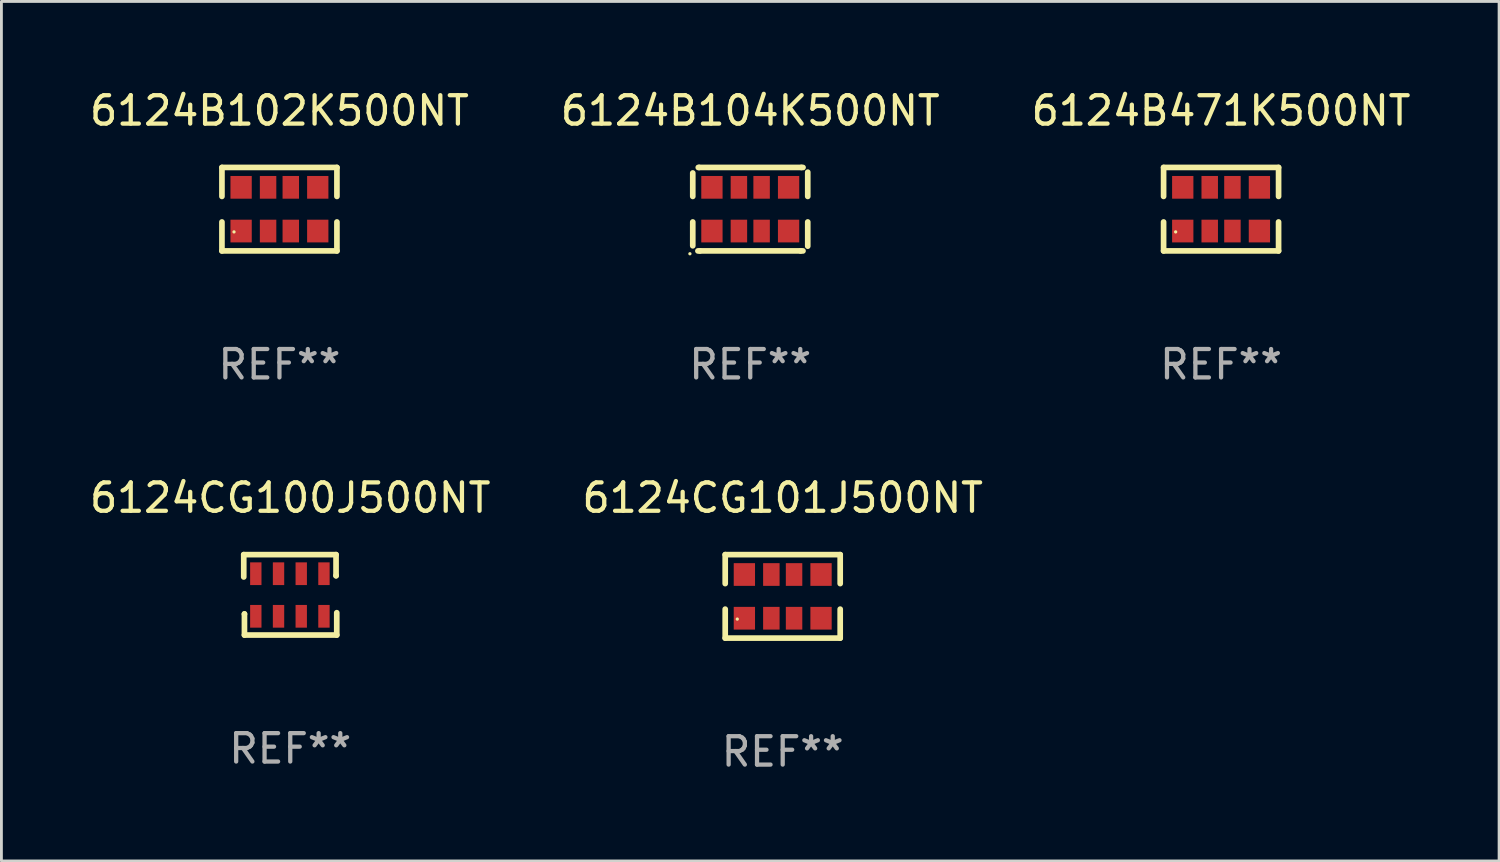
<source format=kicad_pcb>
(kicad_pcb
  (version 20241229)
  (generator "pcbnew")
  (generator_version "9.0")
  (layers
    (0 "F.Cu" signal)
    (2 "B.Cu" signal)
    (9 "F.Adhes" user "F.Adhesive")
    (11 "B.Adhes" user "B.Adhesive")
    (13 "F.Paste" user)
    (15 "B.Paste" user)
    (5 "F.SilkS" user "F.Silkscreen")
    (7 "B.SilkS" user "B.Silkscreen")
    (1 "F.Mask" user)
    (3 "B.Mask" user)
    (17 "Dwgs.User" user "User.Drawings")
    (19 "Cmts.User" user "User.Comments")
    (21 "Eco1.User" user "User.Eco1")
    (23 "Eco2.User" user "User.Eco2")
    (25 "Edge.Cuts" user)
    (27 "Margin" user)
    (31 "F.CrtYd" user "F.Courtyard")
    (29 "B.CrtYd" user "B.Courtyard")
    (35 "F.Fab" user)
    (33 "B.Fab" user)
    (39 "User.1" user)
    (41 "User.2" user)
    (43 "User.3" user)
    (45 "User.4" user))
  (footprint "6124CG101J500NT"
    (layer "F.Cu")
    (at 24.518 17.955)
    (property "Reference" "6124CG101J500NT" (at 0 -3.47 0) (layer "F.SilkS") (effects (font (size 1 1) (thickness 0.15))))
    (attr through_hole)
    (fp_line (start -2.025 -1.47) (end 2.025 -1.47) (stroke (width 0.2) (type solid)) (layer "F.SilkS"))
    (fp_line (start -2.025 -0.45) (end -2.025 -1.47) (stroke (width 0.2) (type solid)) (layer "F.SilkS"))
    (fp_line (start -2.025 0.45) (end -2.025 1.47) (stroke (width 0.2) (type solid)) (layer "F.SilkS"))
    (fp_line (start -2.025 1.47) (end 2.025 1.47) (stroke (width 0.2) (type solid)) (layer "F.SilkS"))
    (fp_line (start 2.025 -1.47) (end 2.025 -0.45) (stroke (width 0.2) (type solid)) (layer "F.SilkS"))
    (fp_line (start 2.025 1.47) (end 2.025 0.45) (stroke (width 0.2) (type solid)) (layer "F.SilkS"))
    (fp_circle (center -1.6 0.8) (end -1.57 0.8) (stroke (width 0.06) (type solid)) (fill no) (layer "F.SilkS"))
    (fp_text user "REF**" (at 0 5.47 0) (layer "F.Fab") (effects (font (size 1 1) (thickness 0.15))))
    (pad "1" smd rect (at -1.35 0.77 90) (size 0.8 0.75) (layers "F.Cu" "F.Mask" "F.Paste"))
    (pad "2" smd rect (at -0.4 0.77 90) (size 0.8 0.58) (layers "F.Cu" "F.Mask" "F.Paste"))
    (pad "3" smd rect (at 0.4 0.77 90) (size 0.8 0.58) (layers "F.Cu" "F.Mask" "F.Paste"))
    (pad "4" smd rect (at 1.35 0.77 90) (size 0.8 0.75) (layers "F.Cu" "F.Mask" "F.Paste"))
    (pad "5" smd rect (at 1.35 -0.77 90) (size 0.8 0.75) (layers "F.Cu" "F.Mask" "F.Paste"))
    (pad "6" smd rect (at 0.4 -0.77 90) (size 0.8 0.58) (layers "F.Cu" "F.Mask" "F.Paste"))
    (pad "7" smd rect (at -0.4 -0.77 90) (size 0.8 0.58) (layers "F.Cu" "F.Mask" "F.Paste"))
    (pad "8" smd rect (at -1.35 -0.77 90) (size 0.8 0.75) (layers "F.Cu" "F.Mask" "F.Paste")))
  (footprint "6124B102K500NT"
    (layer "F.Cu")
    (at 6.792 4.318)
    (property "Reference" "6124B102K500NT" (at 0 -3.47 0) (layer "F.SilkS") (effects (font (size 1 1) (thickness 0.15))))
    (attr through_hole)
    (fp_line (start -2.025 -1.47) (end 2.025 -1.47) (stroke (width 0.2) (type solid)) (layer "F.SilkS"))
    (fp_line (start -2.025 -0.45) (end -2.025 -1.47) (stroke (width 0.2) (type solid)) (layer "F.SilkS"))
    (fp_line (start -2.025 0.45) (end -2.025 1.47) (stroke (width 0.2) (type solid)) (layer "F.SilkS"))
    (fp_line (start -2.025 1.47) (end 2.025 1.47) (stroke (width 0.2) (type solid)) (layer "F.SilkS"))
    (fp_line (start 2.025 -1.47) (end 2.025 -0.45) (stroke (width 0.2) (type solid)) (layer "F.SilkS"))
    (fp_line (start 2.025 1.47) (end 2.025 0.45) (stroke (width 0.2) (type solid)) (layer "F.SilkS"))
    (fp_circle (center -1.6 0.8) (end -1.57 0.8) (stroke (width 0.06) (type solid)) (fill no) (layer "F.SilkS"))
    (fp_text user "REF**" (at 0 5.47 0) (layer "F.Fab") (effects (font (size 1 1) (thickness 0.15))))
    (pad "1" smd rect (at -1.35 0.77 90) (size 0.8 0.75) (layers "F.Cu" "F.Mask" "F.Paste"))
    (pad "2" smd rect (at -0.4 0.77 90) (size 0.8 0.58) (layers "F.Cu" "F.Mask" "F.Paste"))
    (pad "3" smd rect (at 0.4 0.77 90) (size 0.8 0.58) (layers "F.Cu" "F.Mask" "F.Paste"))
    (pad "4" smd rect (at 1.35 0.77 90) (size 0.8 0.75) (layers "F.Cu" "F.Mask" "F.Paste"))
    (pad "5" smd rect (at 1.35 -0.77 90) (size 0.8 0.75) (layers "F.Cu" "F.Mask" "F.Paste"))
    (pad "6" smd rect (at 0.4 -0.77 90) (size 0.8 0.58) (layers "F.Cu" "F.Mask" "F.Paste"))
    (pad "7" smd rect (at -0.4 -0.77 90) (size 0.8 0.58) (layers "F.Cu" "F.Mask" "F.Paste"))
    (pad "8" smd rect (at -1.35 -0.77 90) (size 0.8 0.75) (layers "F.Cu" "F.Mask" "F.Paste")))
  (footprint "6124B104K500NT"
    (layer "F.Cu")
    (at 23.375 4.318)
    (property "Reference" "6124B104K500NT" (at 0 -3.47 0) (layer "F.SilkS") (effects (font (size 1 1) (thickness 0.15))))
    (attr through_hole)
    (fp_line (start -2.025 -0.45) (end -2.025 -1.276) (stroke (width 0.2) (type solid)) (layer "F.SilkS"))
    (fp_line (start -2.025 0.45) (end -2.025 1.289) (stroke (width 0.2) (type solid)) (layer "F.SilkS"))
    (fp_line (start -1.844 1.47) (end -1.775 1.47) (stroke (width 0.2) (type solid)) (layer "F.SilkS"))
    (fp_line (start -1.831 -1.47) (end -1.801 -1.47) (stroke (width 0.2) (type solid)) (layer "F.SilkS"))
    (fp_line (start -1.801 -1.47) (end 1.802 -1.47) (stroke (width 0.2) (type solid)) (layer "F.SilkS"))
    (fp_line (start -1.775 1.47) (end 1.774 1.47) (stroke (width 0.2) (type solid)) (layer "F.SilkS"))
    (fp_line (start 1.774 1.47) (end 1.857 1.47) (stroke (width 0.2) (type solid)) (layer "F.SilkS"))
    (fp_line (start 1.802 -1.47) (end 1.859 -1.47) (stroke (width 0.2) (type solid)) (layer "F.SilkS"))
    (fp_line (start 2.025 -1.304) (end 2.025 -0.45) (stroke (width 0.2) (type solid)) (layer "F.SilkS"))
    (fp_line (start 2.025 1.302) (end 2.025 0.45) (stroke (width 0.2) (type solid)) (layer "F.SilkS"))
    (fp_circle (center -2.125 1.57) (end -2.095 1.57) (stroke (width 0.06) (type solid)) (fill no) (layer "F.SilkS"))
    (fp_text user "REF**" (at 0 5.47 0) (layer "F.Fab") (effects (font (size 1 1) (thickness 0.15))))
    (pad "1" smd rect (at -1.35 0.77 90) (size 0.8 0.75) (layers "F.Cu" "F.Mask" "F.Paste"))
    (pad "2" smd rect (at -0.4 0.77 90) (size 0.8 0.58) (layers "F.Cu" "F.Mask" "F.Paste"))
    (pad "3" smd rect (at 0.4 0.77 90) (size 0.8 0.58) (layers "F.Cu" "F.Mask" "F.Paste"))
    (pad "4" smd rect (at 1.35 0.77 90) (size 0.8 0.75) (layers "F.Cu" "F.Mask" "F.Paste"))
    (pad "5" smd rect (at 1.35 -0.77 90) (size 0.8 0.75) (layers "F.Cu" "F.Mask" "F.Paste"))
    (pad "6" smd rect (at 0.4 -0.77 90) (size 0.8 0.58) (layers "F.Cu" "F.Mask" "F.Paste"))
    (pad "7" smd rect (at -0.4 -0.77 90) (size 0.8 0.58) (layers "F.Cu" "F.Mask" "F.Paste"))
    (pad "8" smd rect (at -1.35 -0.77 90) (size 0.8 0.75) (layers "F.Cu" "F.Mask" "F.Paste")))
  (footprint "6124B471K500NT"
    (layer "F.Cu")
    (at 39.958 4.318)
    (property "Reference" "6124B471K500NT" (at 0 -3.47 0) (layer "F.SilkS") (effects (font (size 1 1) (thickness 0.15))))
    (attr through_hole)
    (fp_line (start -2.025 -1.47) (end 2.025 -1.47) (stroke (width 0.2) (type solid)) (layer "F.SilkS"))
    (fp_line (start -2.025 -0.45) (end -2.025 -1.47) (stroke (width 0.2) (type solid)) (layer "F.SilkS"))
    (fp_line (start -2.025 0.45) (end -2.025 1.47) (stroke (width 0.2) (type solid)) (layer "F.SilkS"))
    (fp_line (start -2.025 1.47) (end 2.025 1.47) (stroke (width 0.2) (type solid)) (layer "F.SilkS"))
    (fp_line (start 2.025 -1.47) (end 2.025 -0.45) (stroke (width 0.2) (type solid)) (layer "F.SilkS"))
    (fp_line (start 2.025 1.47) (end 2.025 0.45) (stroke (width 0.2) (type solid)) (layer "F.SilkS"))
    (fp_circle (center -1.6 0.8) (end -1.57 0.8) (stroke (width 0.06) (type solid)) (fill no) (layer "F.SilkS"))
    (fp_text user "REF**" (at 0 5.47 0) (layer "F.Fab") (effects (font (size 1 1) (thickness 0.15))))
    (pad "1" smd rect (at -1.35 0.77 90) (size 0.8 0.75) (layers "F.Cu" "F.Mask" "F.Paste"))
    (pad "2" smd rect (at -0.4 0.77 90) (size 0.8 0.58) (layers "F.Cu" "F.Mask" "F.Paste"))
    (pad "3" smd rect (at 0.4 0.77 90) (size 0.8 0.58) (layers "F.Cu" "F.Mask" "F.Paste"))
    (pad "4" smd rect (at 1.35 0.77 90) (size 0.8 0.75) (layers "F.Cu" "F.Mask" "F.Paste"))
    (pad "5" smd rect (at 1.35 -0.77 90) (size 0.8 0.75) (layers "F.Cu" "F.Mask" "F.Paste"))
    (pad "6" smd rect (at 0.4 -0.77 90) (size 0.8 0.58) (layers "F.Cu" "F.Mask" "F.Paste"))
    (pad "7" smd rect (at -0.4 -0.77 90) (size 0.8 0.58) (layers "F.Cu" "F.Mask" "F.Paste"))
    (pad "8" smd rect (at -1.35 -0.77 90) (size 0.8 0.75) (layers "F.Cu" "F.Mask" "F.Paste")))
  (footprint "6124CG100J500NT"
    (layer "F.Cu")
    (at 7.173 17.901)
    (property "Reference" "6124CG100J500NT" (at 0 -3.416 0) (layer "F.SilkS") (effects (font (size 1 1) (thickness 0.15))))
    (attr through_hole)
    (fp_line (start -1.638 -1.416) (end 1.613 -1.416) (stroke (width 0.2) (type solid)) (layer "F.SilkS"))
    (fp_line (start -1.638 -0.629) (end -1.638 -1.416) (stroke (width 0.2) (type solid)) (layer "F.SilkS"))
    (fp_line (start -1.613 0.673) (end -1.613 0.68) (stroke (width 0.2) (type solid)) (layer "F.SilkS"))
    (fp_line (start -1.613 1.416) (end -1.613 0.673) (stroke (width 0.2) (type solid)) (layer "F.SilkS"))
    (fp_line (start 1.613 -1.416) (end 1.613 -0.673) (stroke (width 0.2) (type solid)) (layer "F.SilkS"))
    (fp_line (start 1.613 -0.673) (end 1.613 -0.68) (stroke (width 0.2) (type solid)) (layer "F.SilkS"))
    (fp_line (start 1.638 0.629) (end 1.638 1.416) (stroke (width 0.2) (type solid)) (layer "F.SilkS"))
    (fp_line (start 1.638 1.416) (end -1.613 1.416) (stroke (width 0.2) (type solid)) (layer "F.SilkS"))
    (fp_circle (center -1.613 0.806) (end -1.583 0.806) (stroke (width 0.06) (type solid)) (fill no) (layer "F.SilkS"))
    (fp_text user "REF**" (at 0 5.416 0) (layer "F.Fab") (effects (font (size 1 1) (thickness 0.15))))
    (pad "1" smd rect (at -1.213 0.756 90) (size 0.8 0.4) (layers "F.Cu" "F.Mask" "F.Paste"))
    (pad "2" smd rect (at -0.413 0.756 90) (size 0.8 0.4) (layers "F.Cu" "F.Mask" "F.Paste"))
    (pad "3" smd rect (at 0.387 0.756 90) (size 0.8 0.4) (layers "F.Cu" "F.Mask" "F.Paste"))
    (pad "4" smd rect (at 1.187 0.756 90) (size 0.8 0.4) (layers "F.Cu" "F.Mask" "F.Paste"))
    (pad "5" smd rect (at 1.187 -0.744 90) (size 0.8 0.4) (layers "F.Cu" "F.Mask" "F.Paste"))
    (pad "6" smd rect (at 0.387 -0.744 90) (size 0.8 0.4) (layers "F.Cu" "F.Mask" "F.Paste"))
    (pad "7" smd rect (at -0.413 -0.744 90) (size 0.8 0.4) (layers "F.Cu" "F.Mask" "F.Paste"))
    (pad "8" smd rect (at -1.213 -0.744 90) (size 0.8 0.4) (layers "F.Cu" "F.Mask" "F.Paste")))
  (gr_rect
    (start -3 -3)
    (end 49.75 27.273)
    (stroke (width 0.1) (type default))
    (fill no)
    (layer "Edge.Cuts")))
</source>
